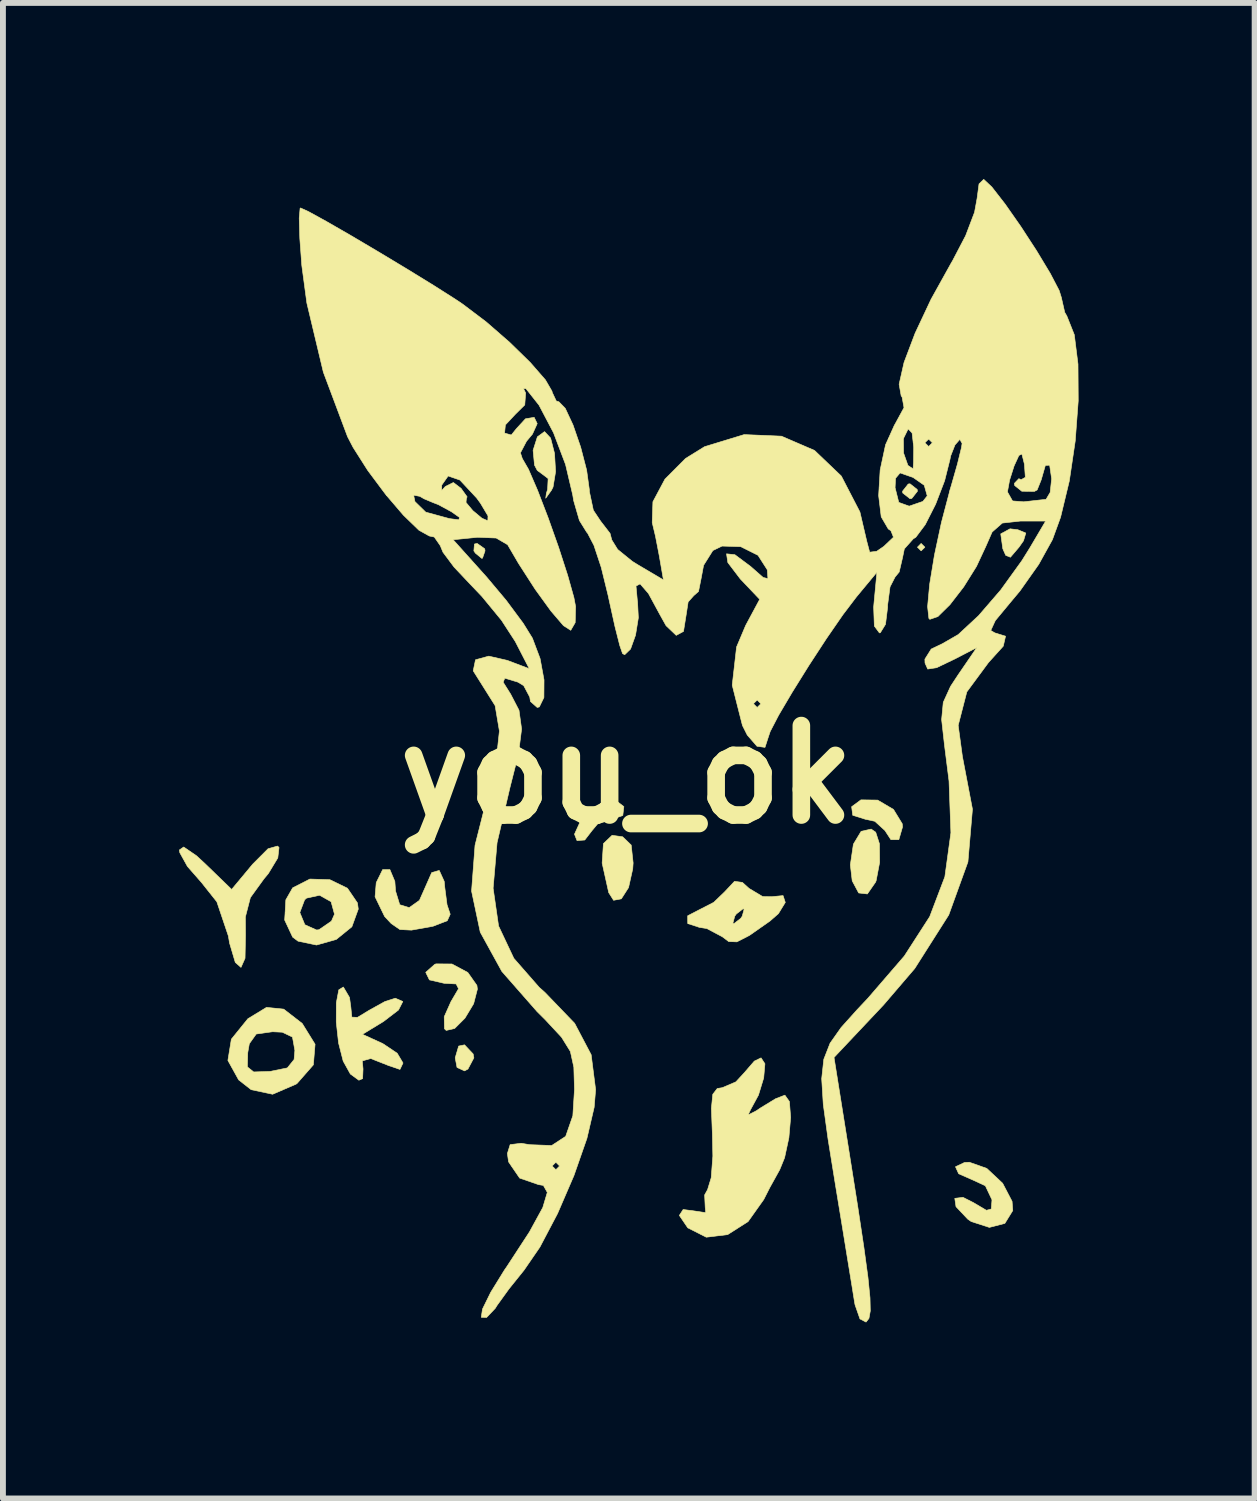
<source format=kicad_pcb>
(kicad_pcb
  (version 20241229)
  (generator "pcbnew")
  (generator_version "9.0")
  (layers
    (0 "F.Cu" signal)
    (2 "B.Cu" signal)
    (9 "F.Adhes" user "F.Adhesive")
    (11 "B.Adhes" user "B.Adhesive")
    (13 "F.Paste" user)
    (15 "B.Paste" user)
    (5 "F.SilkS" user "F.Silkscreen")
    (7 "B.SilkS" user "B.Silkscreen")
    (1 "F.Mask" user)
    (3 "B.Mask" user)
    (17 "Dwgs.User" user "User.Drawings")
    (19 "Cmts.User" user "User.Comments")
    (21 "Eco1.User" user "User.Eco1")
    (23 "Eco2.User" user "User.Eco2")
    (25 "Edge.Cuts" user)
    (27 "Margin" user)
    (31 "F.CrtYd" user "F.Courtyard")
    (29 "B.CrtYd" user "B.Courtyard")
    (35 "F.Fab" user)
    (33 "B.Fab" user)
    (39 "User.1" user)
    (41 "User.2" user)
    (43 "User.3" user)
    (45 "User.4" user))
  (footprint "you_ok"
    (layer "F.Cu")
    (at 7.625 10.144)
    (property "Reference" "you_ok" (at 0 0 0) (layer "F.SilkS") (effects (font (size 1.524 1.524) (thickness 0.3))))
    (attr through_hole)
    (fp_poly (pts (xy 5.08 -3.873) (xy 5.016 -3.81) (xy 4.953 -3.873) (xy 5.016 -3.937) (xy 5.08 -3.873)) (stroke (width 0.01) (type solid)) (fill yes) (layer "F.SilkS"))
    (fp_poly (pts (xy -2.615 4.76) (xy -2.603 4.826) (xy -2.704 5.017) (xy -2.762 5.048) (xy -2.89 4.989) (xy -2.921 4.826) (xy -2.862 4.625) (xy -2.762 4.604) (xy -2.615 4.76)) (stroke (width 0.01) (type solid)) (fill yes) (layer "F.SilkS"))
    (fp_poly (pts (xy -2.418 -3.845) (xy -2.413 -3.81) (xy -2.456 -3.686) (xy -2.469 -3.683) (xy -2.577 -3.772) (xy -2.603 -3.81) (xy -2.593 -3.927) (xy -2.547 -3.937) (xy -2.418 -3.845)) (stroke (width 0.01) (type solid)) (fill yes) (layer "F.SilkS"))
    (fp_poly (pts (xy 4.949 -4.856) (xy 4.953 -4.826) (xy 4.856 -4.703) (xy 4.826 -4.699) (xy 4.703 -4.796) (xy 4.699 -4.826) (xy 4.796 -4.949) (xy 4.826 -4.953) (xy 4.949 -4.856)) (stroke (width 0.01) (type solid)) (fill yes) (layer "F.SilkS"))
    (fp_poly (pts (xy 6.664 -4.17) (xy 6.799 -4.114) (xy 6.76 -3.983) (xy 6.683 -3.873) (xy 6.537 -3.702) (xy 6.457 -3.734) (xy 6.407 -3.847) (xy 6.372 -4.1) (xy 6.53 -4.186) (xy 6.664 -4.17)) (stroke (width 0.01) (type solid)) (fill yes) (layer "F.SilkS"))
    (fp_poly (pts (xy -0.069 1.06) (xy 0.077 1.201) (xy 0.11 1.506) (xy 0.103 1.608) (xy 0.032 1.925) (xy -0.091 2.117) (xy -0.223 2.142) (xy -0.306 2.011) (xy -0.418 1.508) (xy -0.396 1.176) (xy -0.248 1.035) (xy -0.069 1.06)) (stroke (width 0.01) (type solid)) (fill yes) (layer "F.SilkS"))
    (fp_poly (pts (xy -0.048 0.546) (xy -0.066 0.697) (xy -0.247 0.762) (xy -0.496 0.842) (xy -0.589 0.953) (xy -0.714 1.115) (xy -0.846 1.125) (xy -0.889 1.016) (xy -0.8 0.821) (xy -0.595 0.602) (xy -0.365 0.442) (xy -0.222 0.413) (xy -0.048 0.546)) (stroke (width 0.01) (type solid)) (fill yes) (layer "F.SilkS"))
    (fp_poly (pts (xy 4.242 0.982) (xy 4.306 1.18) (xy 4.309 1.496) (xy 4.25 1.806) (xy 4.241 1.831) (xy 4.1 2.034) (xy 3.952 2.017) (xy 3.842 1.811) (xy 3.81 1.538) (xy 3.862 1.186) (xy 3.994 0.967) (xy 4.165 0.929) (xy 4.242 0.982)) (stroke (width 0.01) (type solid)) (fill yes) (layer "F.SilkS"))
    (fp_poly (pts (xy 4.275 0.435) (xy 4.545 0.594) (xy 4.694 0.838) (xy 4.699 0.893) (xy 4.636 1.109) (xy 4.501 1.109) (xy 4.399 0.953) (xy 4.227 0.796) (xy 4.068 0.762) (xy 3.851 0.694) (xy 3.832 0.548) (xy 3.991 0.431) (xy 4.275 0.435)) (stroke (width 0.01) (type solid)) (fill yes) (layer "F.SilkS"))
    (fp_poly (pts (xy -1.296 -5.732) (xy -1.229 -5.471) (xy -1.211 -5.159) (xy -1.254 -4.898) (xy -1.28 -4.845) (xy -1.379 -4.707) (xy -1.368 -4.789) (xy -1.347 -4.858) (xy -1.338 -5.042) (xy -1.387 -5.08) (xy -1.523 -5.181) (xy -1.57 -5.271) (xy -1.594 -5.523) (xy -1.521 -5.753) (xy -1.399 -5.842) (xy -1.296 -5.732)) (stroke (width 0.01) (type solid)) (fill yes) (layer "F.SilkS"))
    (fp_poly (pts (xy -2.976 3.227) (xy -2.706 3.372) (xy -2.551 3.592) (xy -2.543 3.656) (xy -2.607 3.904) (xy -2.755 4.15) (xy -2.93 4.325) (xy -3.074 4.359) (xy -3.104 4.33) (xy -3.108 4.126) (xy -2.993 3.868) (xy -2.864 3.648) (xy -2.905 3.567) (xy -3.109 3.556) (xy -3.36 3.498) (xy -3.423 3.369) (xy -3.271 3.234) (xy -3.248 3.225) (xy -2.976 3.227)) (stroke (width 0.01) (type solid)) (fill yes) (layer "F.SilkS"))
    (fp_poly (pts (xy 6.134 6.709) (xy 6.404 6.962) (xy 6.565 7.27) (xy 6.577 7.427) (xy 6.442 7.646) (xy 6.178 7.714) (xy 5.869 7.614) (xy 5.81 7.573) (xy 5.61 7.361) (xy 5.589 7.219) (xy 5.729 7.202) (xy 5.905 7.291) (xy 6.128 7.423) (xy 6.211 7.4) (xy 6.223 7.244) (xy 6.11 7.005) (xy 5.905 6.91) (xy 5.655 6.8) (xy 5.601 6.681) (xy 5.755 6.608) (xy 5.837 6.604) (xy 6.134 6.709)) (stroke (width 0.01) (type solid)) (fill yes) (layer "F.SilkS"))
    (fp_poly (pts (xy -4.034 1.618) (xy -3.949 1.82) (xy -3.937 1.985) (xy -3.866 2.217) (xy -3.705 2.267) (xy -3.53 2.143) (xy -3.435 1.929) (xy -3.321 1.67) (xy -3.193 1.633) (xy -3.108 1.82) (xy -3.099 1.918) (xy -3.06 2.218) (xy -3.006 2.379) (xy -3.056 2.49) (xy -3.296 2.583) (xy -3.32 2.588) (xy -3.666 2.65) (xy -3.863 2.64) (xy -4.011 2.538) (xy -4.123 2.418) (xy -4.286 2.082) (xy -4.266 1.841) (xy -4.156 1.618) (xy -4.034 1.618)) (stroke (width 0.01) (type solid)) (fill yes) (layer "F.SilkS"))
    (fp_poly (pts (xy -5.922 1.243) (xy -5.943 1.42) (xy -6.103 1.685) (xy -6.18 1.778) (xy -6.41 2.096) (xy -6.495 2.425) (xy -6.493 2.735) (xy -6.501 3.13) (xy -6.57 3.285) (xy -6.667 3.2) (xy -6.764 2.873) (xy -6.785 2.75) (xy -6.981 2.168) (xy -7.244 1.837) (xy -7.483 1.564) (xy -7.612 1.331) (xy -7.62 1.285) (xy -7.546 1.234) (xy -7.327 1.384) (xy -7.175 1.525) (xy -6.729 1.957) (xy -6.371 1.527) (xy -6.109 1.264) (xy -5.947 1.218) (xy -5.922 1.243)) (stroke (width 0.01) (type solid)) (fill yes) (layer "F.SilkS"))
    (fp_poly (pts (xy -5.056 1.791) (xy -4.757 1.936) (xy -4.586 2.187) (xy -4.572 2.292) (xy -4.681 2.593) (xy -4.947 2.809) (xy -5.283 2.904) (xy -5.598 2.838) (xy -5.69 2.769) (xy -5.826 2.478) (xy -5.818 2.35) (xy -5.568 2.35) (xy -5.482 2.558) (xy -5.282 2.648) (xy -5.241 2.643) (xy -5.029 2.497) (xy -4.977 2.379) (xy -5.035 2.166) (xy -5.231 2.056) (xy -5.454 2.105) (xy -5.486 2.134) (xy -5.568 2.35) (xy -5.818 2.35) (xy -5.806 2.134) (xy -5.69 1.93) (xy -5.396 1.78) (xy -5.056 1.791)) (stroke (width 0.01) (type solid)) (fill yes) (layer "F.SilkS"))
    (fp_poly (pts (xy -5.842 3.996) (xy -5.527 4.24) (xy -5.308 4.594) (xy -5.337 4.945) (xy -5.614 5.261) (xy -5.632 5.274) (xy -6.031 5.446) (xy -6.397 5.368) (xy -6.61 5.201) (xy -6.732 4.98) (xy -6.461 4.98) (xy -6.354 5.066) (xy -6.074 5.057) (xy -5.78 4.997) (xy -5.665 4.854) (xy -5.652 4.699) (xy -5.693 4.472) (xy -5.867 4.389) (xy -6.032 4.381) (xy -6.31 4.42) (xy -6.428 4.585) (xy -6.455 4.739) (xy -6.461 4.98) (xy -6.732 4.98) (xy -6.793 4.87) (xy -6.734 4.508) (xy -6.452 4.159) (xy -6.135 3.966) (xy -5.842 3.996)) (stroke (width 0.01) (type solid)) (fill yes) (layer "F.SilkS"))
    (fp_poly (pts (xy -4.721 3.798) (xy -4.699 3.959) (xy -4.682 4.132) (xy -4.585 4.136) (xy -4.386 4.015) (xy -4.117 3.866) (xy -3.941 3.81) (xy -3.813 3.866) (xy -3.887 4.011) (xy -4.143 4.207) (xy -4.156 4.215) (xy -4.501 4.425) (xy -4.156 4.582) (xy -3.909 4.747) (xy -3.81 4.914) (xy -3.862 5.023) (xy -4.054 4.958) (xy -4.056 4.957) (xy -4.36 4.837) (xy -4.504 4.878) (xy -4.491 5.016) (xy -4.498 5.18) (xy -4.562 5.207) (xy -4.707 5.101) (xy -4.829 4.881) (xy -4.908 4.572) (xy -4.947 4.217) (xy -4.946 3.89) (xy -4.904 3.667) (xy -4.826 3.619) (xy -4.721 3.798)) (stroke (width 0.01) (type solid)) (fill yes) (layer "F.SilkS"))
    (fp_poly (pts (xy 1.971 1.837) (xy 2.085 1.94) (xy 2.316 2.078) (xy 2.467 2.081) (xy 2.664 2.062) (xy 2.702 2.178) (xy 2.585 2.369) (xy 2.44 2.496) (xy 2.09 2.741) (xy 1.877 2.85) (xy 1.738 2.845) (xy 1.629 2.763) (xy 1.365 2.623) (xy 1.238 2.603) (xy 1.04 2.538) (xy 1.04 2.532) (xy 1.809 2.532) (xy 1.827 2.54) (xy 1.942 2.451) (xy 1.968 2.413) (xy 2.001 2.294) (xy 1.983 2.286) (xy 1.868 2.375) (xy 1.841 2.413) (xy 1.809 2.532) (xy 1.04 2.532) (xy 1.039 2.406) (xy 1.232 2.306) (xy 1.483 2.177) (xy 1.669 1.998) (xy 1.837 1.819) (xy 1.971 1.837)) (stroke (width 0.01) (type solid)) (fill yes) (layer "F.SilkS"))
    (fp_poly (pts (xy 2.355 4.927) (xy 2.334 5.168) (xy 2.245 5.46) (xy 2.11 5.709) (xy 2.068 5.799) (xy 2.209 5.727) (xy 2.283 5.677) (xy 2.537 5.522) (xy 2.695 5.461) (xy 2.772 5.57) (xy 2.793 5.841) (xy 2.763 6.188) (xy 2.69 6.527) (xy 2.607 6.731) (xy 2.439 7.034) (xy 2.335 7.239) (xy 2.068 7.615) (xy 1.72 7.837) (xy 1.356 7.881) (xy 1.042 7.722) (xy 1.041 7.722) (xy 0.897 7.51) (xy 0.962 7.409) (xy 1.159 7.435) (xy 1.347 7.463) (xy 1.338 7.374) (xy 1.328 7.161) (xy 1.378 7.071) (xy 1.44 6.868) (xy 1.468 6.499) (xy 1.46 6.124) (xy 1.443 5.686) (xy 1.467 5.446) (xy 1.543 5.348) (xy 1.628 5.334) (xy 1.86 5.235) (xy 2.003 5.08) (xy 2.175 4.881) (xy 2.289 4.826) (xy 2.355 4.927)) (stroke (width 0.01) (type solid)) (fill yes) (layer "F.SilkS"))
    (fp_poly (pts (xy 6.082 -10.139) (xy 6.221 -10.008) (xy 6.445 -9.72) (xy 6.713 -9.337) (xy 6.983 -8.922) (xy 7.215 -8.537) (xy 7.367 -8.246) (xy 7.404 -8.128) (xy 7.462 -7.873) (xy 7.498 -7.811) (xy 7.625 -7.492) (xy 7.688 -6.99) (xy 7.692 -6.366) (xy 7.641 -5.683) (xy 7.54 -5.001) (xy 7.391 -4.383) (xy 7.252 -4.001) (xy 7.019 -3.58) (xy 6.699 -3.127) (xy 6.54 -2.937) (xy 6.279 -2.622) (xy 6.202 -2.454) (xy 6.272 -2.413) (xy 6.454 -2.357) (xy 6.415 -2.187) (xy 6.163 -1.908) (xy 5.794 -1.408) (xy 5.647 -0.838) (xy 5.719 -0.307) (xy 5.89 0.59) (xy 5.813 1.488) (xy 5.486 2.392) (xy 4.907 3.304) (xy 4.375 3.925) (xy 3.532 4.819) (xy 3.791 6.442) (xy 3.936 7.358) (xy 4.041 8.055) (xy 4.11 8.564) (xy 4.145 8.914) (xy 4.15 9.137) (xy 4.127 9.264) (xy 4.079 9.325) (xy 4.077 9.327) (xy 3.974 9.273) (xy 3.89 9.033) (xy 3.882 8.989) (xy 3.836 8.702) (xy 3.759 8.231) (xy 3.663 7.64) (xy 3.558 7.001) (xy 3.43 6.208) (xy 3.349 5.618) (xy 3.322 5.181) (xy 3.358 4.85) (xy 3.465 4.576) (xy 3.653 4.309) (xy 3.928 4.003) (xy 4.107 3.813) (xy 4.73 3.091) (xy 5.162 2.421) (xy 5.42 1.742) (xy 5.523 0.992) (xy 5.491 0.11) (xy 5.413 -0.508) (xy 5.365 -0.937) (xy 5.393 -1.23) (xy 5.517 -1.502) (xy 5.637 -1.685) (xy 5.964 -2.163) (xy 5.592 -1.97) (xy 5.279 -1.82) (xy 5.128 -1.797) (xy 5.082 -1.9) (xy 5.08 -1.966) (xy 5.188 -2.138) (xy 5.378 -2.229) (xy 5.647 -2.384) (xy 5.994 -2.706) (xy 6.371 -3.143) (xy 6.731 -3.642) (xy 6.87 -3.865) (xy 7.137 -4.318) (xy 6.706 -4.318) (xy 6.399 -4.284) (xy 6.225 -4.131) (xy 6.118 -3.887) (xy 5.959 -3.546) (xy 5.741 -3.197) (xy 5.507 -2.894) (xy 5.301 -2.691) (xy 5.164 -2.644) (xy 5.148 -2.66) (xy 5.126 -2.86) (xy 5.161 -3.241) (xy 5.243 -3.74) (xy 5.362 -4.295) (xy 5.499 -4.815) (xy 6.486 -4.815) (xy 6.573 -4.661) (xy 6.763 -4.646) (xy 7.03 -4.676) (xy 7.144 -4.688) (xy 7.214 -4.806) (xy 7.239 -5.038) (xy 7.205 -5.27) (xy 7.132 -5.266) (xy 7.063 -5.027) (xy 7.063 -5.025) (xy 6.992 -4.848) (xy 6.945 -4.823) (xy 6.745 -4.826) (xy 6.731 -4.826) (xy 6.609 -4.924) (xy 6.604 -4.96) (xy 6.68 -5.04) (xy 6.72 -5.023) (xy 6.791 -5.063) (xy 6.775 -5.289) (xy 6.732 -5.461) (xy 6.681 -5.435) (xy 6.599 -5.256) (xy 6.523 -5.017) (xy 6.486 -4.815) (xy 5.499 -4.815) (xy 5.505 -4.842) (xy 5.528 -4.917) (xy 5.635 -5.292) (xy 5.702 -5.566) (xy 5.714 -5.641) (xy 5.675 -5.709) (xy 5.592 -5.614) (xy 5.519 -5.428) (xy 5.507 -5.368) (xy 5.416 -5.005) (xy 5.263 -4.606) (xy 5.086 -4.257) (xy 4.925 -4.042) (xy 4.883 -4.016) (xy 4.73 -3.845) (xy 4.699 -3.694) (xy 4.642 -3.45) (xy 4.572 -3.365) (xy 4.486 -3.197) (xy 4.445 -2.889) (xy 4.445 -2.85) (xy 4.409 -2.559) (xy 4.321 -2.416) (xy 4.305 -2.413) (xy 4.219 -2.529) (xy 4.207 -2.852) (xy 4.214 -2.93) (xy 4.263 -3.447) (xy 3.913 -3.025) (xy 3.685 -2.725) (xy 3.404 -2.318) (xy 3.105 -1.86) (xy 2.822 -1.406) (xy 2.59 -1.013) (xy 2.445 -0.734) (xy 2.413 -0.639) (xy 2.356 -0.463) (xy 2.22 -0.482) (xy 2.054 -0.673) (xy 1.972 -0.836) (xy 1.878 -1.206) (xy 2.159 -1.206) (xy 2.223 -1.143) (xy 2.286 -1.206) (xy 2.223 -1.27) (xy 2.159 -1.206) (xy 1.878 -1.206) (xy 1.798 -1.523) (xy 1.872 -2.173) (xy 2.027 -2.54) (xy 2.266 -2.985) (xy 1.936 -3.332) (xy 1.723 -3.612) (xy 1.701 -3.76) (xy 1.843 -3.745) (xy 2.11 -3.546) (xy 2.325 -3.357) (xy 2.406 -3.338) (xy 2.396 -3.48) (xy 2.394 -3.49) (xy 2.237 -3.735) (xy 1.943 -3.882) (xy 1.625 -3.892) (xy 1.468 -3.816) (xy 1.31 -3.564) (xy 1.27 -3.35) (xy 1.224 -3.119) (xy 1.143 -3.048) (xy 1.047 -2.94) (xy 1.016 -2.738) (xy 0.968 -2.438) (xy 0.844 -2.371) (xy 0.671 -2.536) (xy 0.563 -2.73) (xy 0.371 -3.084) (xy 0.229 -3.248) (xy 0.159 -3.211) (xy 0.182 -2.959) (xy 0.185 -2.944) (xy 0.199 -2.671) (xy 0.151 -2.375) (xy 0.066 -2.138) (xy -0.033 -2.042) (xy -0.07 -2.06) (xy -0.118 -2.2) (xy -0.2 -2.523) (xy -0.298 -2.967) (xy -0.317 -3.055) (xy -0.433 -3.528) (xy -0.558 -3.905) (xy -0.668 -4.115) (xy -0.681 -4.128) (xy -0.805 -4.328) (xy -0.903 -4.666) (xy -0.919 -4.763) (xy -1.041 -5.281) (xy -1.246 -5.822) (xy -1.493 -6.292) (xy -1.716 -6.574) (xy -1.757 -6.574) (xy -1.721 -6.499) (xy -1.736 -6.296) (xy -1.893 -6.141) (xy -2.066 -5.956) (xy -2.08 -5.817) (xy -1.965 -5.784) (xy -1.881 -5.889) (xy -1.724 -6.06) (xy -1.576 -6.085) (xy -1.524 -5.978) (xy -1.605 -5.799) (xy -1.706 -5.678) (xy -1.81 -5.48) (xy -1.778 -5.383) (xy -1.672 -5.199) (xy -1.517 -4.84) (xy -1.338 -4.374) (xy -1.159 -3.869) (xy -1.005 -3.393) (xy -0.899 -3.015) (xy -0.87 -2.862) (xy -0.877 -2.588) (xy -0.953 -2.457) (xy -1.077 -2.537) (xy -1.291 -2.787) (xy -1.559 -3.157) (xy -1.843 -3.598) (xy -2.028 -3.915) (xy -2.223 -4.029) (xy -2.539 -4.042) (xy -2.956 -4) (xy -2.386 -3.365) (xy -2.052 -2.967) (xy -1.762 -2.576) (xy -1.606 -2.324) (xy -1.475 -1.976) (xy -1.408 -1.612) (xy -1.41 -1.312) (xy -1.488 -1.152) (xy -1.524 -1.143) (xy -1.639 -1.245) (xy -1.651 -1.32) (xy -1.754 -1.514) (xy -1.852 -1.574) (xy -2.076 -1.642) (xy -2.104 -1.573) (xy -1.976 -1.369) (xy -1.834 -1.095) (xy -1.79 -0.776) (xy -1.844 -0.347) (xy -1.987 0.216) (xy -2.208 1.161) (xy -2.275 1.936) (xy -2.182 2.58) (xy -1.922 3.131) (xy -1.489 3.626) (xy -1.393 3.711) (xy -0.886 4.238) (xy -0.605 4.772) (xy -0.529 5.368) (xy -0.554 5.669) (xy -0.677 6.197) (xy -0.898 6.83) (xy -1.177 7.477) (xy -1.478 8.049) (xy -1.748 8.442) (xy -2.006 8.763) (xy -2.208 9.043) (xy -2.239 9.093) (xy -2.386 9.248) (xy -2.477 9.245) (xy -2.456 9.105) (xy -2.315 8.818) (xy -2.083 8.442) (xy -2.041 8.381) (xy -1.656 7.791) (xy -1.429 7.376) (xy -1.352 7.118) (xy -1.419 6.999) (xy -1.502 6.985) (xy -1.823 6.874) (xy -1.964 6.668) (xy -1.27 6.668) (xy -1.206 6.731) (xy -1.143 6.668) (xy -1.206 6.604) (xy -1.27 6.668) (xy -1.964 6.668) (xy -2.012 6.597) (xy -2.032 6.455) (xy -1.985 6.304) (xy -1.797 6.281) (xy -1.651 6.305) (xy -1.277 6.319) (xy -1.039 6.163) (xy -0.917 5.812) (xy -0.889 5.365) (xy -0.9 4.986) (xy -0.959 4.717) (xy -1.109 4.475) (xy -1.388 4.175) (xy -1.525 4.039) (xy -2.126 3.354) (xy -2.494 2.685) (xy -2.642 1.985) (xy -2.583 1.204) (xy -2.427 0.588) (xy -2.23 -0.167) (xy -2.168 -0.742) (xy -2.241 -1.174) (xy -2.437 -1.486) (xy -2.614 -1.767) (xy -2.575 -1.955) (xy -2.349 -2.017) (xy -2.034 -1.945) (xy -1.659 -1.803) (xy -1.898 -2.267) (xy -2.133 -2.629) (xy -2.466 -3.034) (xy -2.656 -3.233) (xy -2.941 -3.535) (xy -3.129 -3.787) (xy -3.175 -3.899) (xy -3.277 -4.046) (xy -3.363 -4.064) (xy -3.539 -4.162) (xy -3.804 -4.419) (xy -4.095 -4.759) (xy -3.629 -4.759) (xy -3.607 -4.65) (xy -3.423 -4.47) (xy -3.02 -4.36) (xy -2.857 -4.339) (xy -2.849 -4.381) (xy -2.985 -4.477) (xy -3.208 -4.598) (xy -3.302 -4.634) (xy -3.453 -4.698) (xy -3.523 -4.739) (xy -3.629 -4.759) (xy -4.095 -4.759) (xy -4.11 -4.778) (xy -4.155 -4.838) (xy -3.152 -4.838) (xy -3.089 -4.907) (xy -2.952 -4.975) (xy -2.821 -4.875) (xy -2.718 -4.731) (xy -2.731 -4.699) (xy -2.737 -4.635) (xy -2.622 -4.497) (xy -2.465 -4.366) (xy -2.365 -4.323) (xy -2.362 -4.406) (xy -2.49 -4.621) (xy -2.555 -4.71) (xy -2.841 -5.017) (xy -3.041 -5.086) (xy -3.15 -4.931) (xy -3.152 -4.838) (xy -4.155 -4.838) (xy -4.411 -5.181) (xy -4.66 -5.573) (xy -4.755 -5.756) (xy -5.167 -6.855) (xy -5.448 -8.032) (xy -5.534 -8.673) (xy -5.568 -9.134) (xy -5.578 -9.478) (xy -5.563 -9.645) (xy -5.556 -9.652) (xy -5.42 -9.59) (xy -5.12 -9.425) (xy -4.705 -9.186) (xy -4.228 -8.904) (xy -3.738 -8.609) (xy -3.286 -8.331) (xy -2.924 -8.101) (xy -2.793 -8.013) (xy -2.396 -7.713) (xy -1.996 -7.365) (xy -1.642 -7.019) (xy -1.384 -6.723) (xy -1.271 -6.528) (xy -1.27 -6.514) (xy -1.199 -6.363) (xy -1.155 -6.35) (xy -1.046 -6.238) (xy -0.914 -5.955) (xy -0.784 -5.578) (xy -0.682 -5.185) (xy -0.636 -4.852) (xy -0.635 -4.819) (xy -0.568 -4.503) (xy -0.445 -4.318) (xy -0.283 -4.108) (xy -0.254 -3.997) (xy -0.154 -3.835) (xy 0.096 -3.632) (xy 0.186 -3.576) (xy 0.626 -3.316) (xy 0.556 -3.722) (xy 0.491 -4.058) (xy 0.435 -4.293) (xy 0.447 -4.647) (xy 0.652 -5.032) (xy 1.004 -5.385) (xy 1.327 -5.585) (xy 2.001 -5.791) (xy 2.637 -5.764) (xy 3.2 -5.521) (xy 3.656 -5.085) (xy 3.973 -4.473) (xy 4.089 -3.977) (xy 4.139 -3.788) (xy 4.259 -3.803) (xy 4.381 -3.887) (xy 4.545 -4.043) (xy 4.501 -4.153) (xy 4.456 -4.184) (xy 4.336 -4.39) (xy 4.292 -4.752) (xy 4.3 -4.887) (xy 4.572 -4.887) (xy 4.635 -4.636) (xy 4.812 -4.572) (xy 5.046 -4.653) (xy 5.12 -4.747) (xy 5.069 -4.928) (xy 4.879 -5.061) (xy 4.657 -5.138) (xy 4.58 -5.047) (xy 4.572 -4.887) (xy 4.3 -4.887) (xy 4.318 -5.189) (xy 4.41 -5.618) (xy 4.458 -5.723) (xy 4.714 -5.723) (xy 4.717 -5.476) (xy 4.791 -5.266) (xy 4.879 -5.207) (xy 4.886 -5.317) (xy 4.889 -5.576) (xy 4.881 -5.652) (xy 5.08 -5.652) (xy 5.144 -5.588) (xy 5.207 -5.652) (xy 5.144 -5.715) (xy 5.08 -5.652) (xy 4.881 -5.652) (xy 4.862 -5.818) (xy 4.796 -5.887) (xy 4.794 -5.886) (xy 4.714 -5.723) (xy 4.458 -5.723) (xy 4.562 -5.955) (xy 4.569 -5.965) (xy 4.724 -6.25) (xy 4.691 -6.432) (xy 4.676 -6.45) (xy 4.641 -6.649) (xy 4.725 -7.02) (xy 4.913 -7.517) (xy 5.185 -8.096) (xy 5.528 -8.713) (xy 5.551 -8.752) (xy 5.774 -9.179) (xy 5.926 -9.579) (xy 5.969 -9.814) (xy 6.002 -10.061) (xy 6.082 -10.139) (xy 6.082 -10.139)) (stroke (width 0.01) (type solid)) (fill yes) (layer "F.SilkS")))
  (gr_rect
    (start -3 -3)
    (end 18.322 22.476)
    (stroke (width 0.1) (type default))
    (fill no)
    (layer "Edge.Cuts")))
</source>
